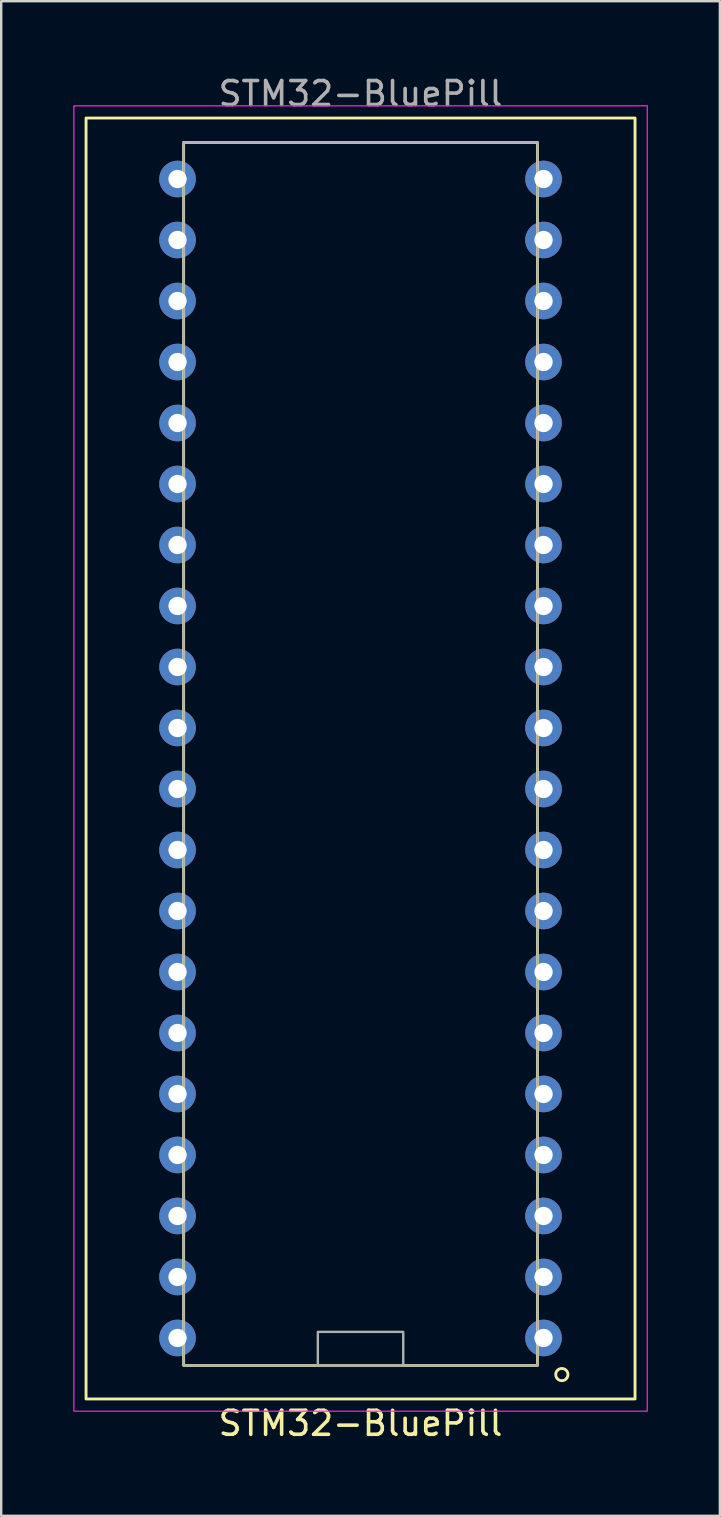
<source format=kicad_pcb>
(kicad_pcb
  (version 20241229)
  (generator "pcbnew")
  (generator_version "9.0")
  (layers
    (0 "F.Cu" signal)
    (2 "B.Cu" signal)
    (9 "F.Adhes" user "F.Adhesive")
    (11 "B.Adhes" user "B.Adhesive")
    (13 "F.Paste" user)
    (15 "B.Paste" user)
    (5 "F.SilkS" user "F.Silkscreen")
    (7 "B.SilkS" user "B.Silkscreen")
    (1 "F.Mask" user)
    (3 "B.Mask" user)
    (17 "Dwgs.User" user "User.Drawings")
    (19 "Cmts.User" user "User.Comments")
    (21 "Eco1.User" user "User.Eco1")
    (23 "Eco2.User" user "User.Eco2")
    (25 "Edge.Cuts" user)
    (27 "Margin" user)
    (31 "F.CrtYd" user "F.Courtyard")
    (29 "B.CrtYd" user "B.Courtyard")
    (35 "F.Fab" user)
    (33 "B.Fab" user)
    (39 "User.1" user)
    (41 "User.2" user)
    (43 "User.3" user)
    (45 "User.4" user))
  (footprint "STM32-BluePill"
    (layer "F.Cu")
    (at 11.963 28.534)
    (property "Reference" "STM32-BluePill" (at 0 27.686 0) (unlocked yes) (layer "F.SilkS") (effects (font (size 1 1) (thickness 0.15))))
    (attr through_hole)
    (fp_rect (start -11.43 -26.67) (end 11.43 26.67) (stroke (width 0.12) (type solid)) (fill no) (layer "F.SilkS"))
    (fp_rect (start -7.366 -25.654) (end 7.366 25.273) (stroke (width 0.12) (type solid)) (fill no) (layer "F.SilkS"))
    (fp_circle (center 8.382 25.654) (end 8.636 25.654) (stroke (width 0.12) (type solid)) (fill no) (layer "F.SilkS"))
    (fp_rect (start -11.938 -27.178) (end 11.938 27.178) (stroke (width 0.05) (type solid)) (fill no) (layer "F.CrtYd"))
    (fp_rect (start -7.366 -25.654) (end 7.366 25.273) (stroke (width 0.1) (type solid)) (fill no) (layer "F.Fab"))
    (fp_rect (start -1.778 25.273) (end 1.778 23.876) (stroke (width 0.1) (type solid)) (fill no) (layer "F.Fab"))
    (fp_text user "${REFERENCE}" (at 0 -27.686 0) (unlocked yes) (layer "F.Fab") (effects (font (size 1 1) (thickness 0.15))))
    (pad "1" thru_hole circle (at 7.62 24.13) (size 1.524 1.524) (drill 0.762) (layers "*.Cu" "*.Mask"))
    (pad "2" thru_hole circle (at 7.62 21.59) (size 1.524 1.524) (drill 0.762) (layers "*.Cu" "*.Mask"))
    (pad "3" thru_hole circle (at 7.62 19.05) (size 1.524 1.524) (drill 0.762) (layers "*.Cu" "*.Mask"))
    (pad "4" thru_hole circle (at 7.62 16.51) (size 1.524 1.524) (drill 0.762) (layers "*.Cu" "*.Mask"))
    (pad "5" thru_hole circle (at 7.62 13.97) (size 1.524 1.524) (drill 0.762) (layers "*.Cu" "*.Mask"))
    (pad "6" thru_hole circle (at 7.62 11.43) (size 1.524 1.524) (drill 0.762) (layers "*.Cu" "*.Mask"))
    (pad "7" thru_hole circle (at 7.62 8.89) (size 1.524 1.524) (drill 0.762) (layers "*.Cu" "*.Mask"))
    (pad "8" thru_hole circle (at 7.62 6.35) (size 1.524 1.524) (drill 0.762) (layers "*.Cu" "*.Mask"))
    (pad "9" thru_hole circle (at 7.62 3.81) (size 1.524 1.524) (drill 0.762) (layers "*.Cu" "*.Mask"))
    (pad "10" thru_hole circle (at 7.62 1.27) (size 1.524 1.524) (drill 0.762) (layers "*.Cu" "*.Mask"))
    (pad "11" thru_hole circle (at 7.62 -1.27) (size 1.524 1.524) (drill 0.762) (layers "*.Cu" "*.Mask"))
    (pad "12" thru_hole circle (at 7.62 -3.81) (size 1.524 1.524) (drill 0.762) (layers "*.Cu" "*.Mask"))
    (pad "13" thru_hole circle (at 7.62 -6.35) (size 1.524 1.524) (drill 0.762) (layers "*.Cu" "*.Mask"))
    (pad "14" thru_hole circle (at 7.62 -8.89) (size 1.524 1.524) (drill 0.762) (layers "*.Cu" "*.Mask"))
    (pad "15" thru_hole circle (at 7.62 -11.43) (size 1.524 1.524) (drill 0.762) (layers "*.Cu" "*.Mask"))
    (pad "16" thru_hole circle (at 7.62 -13.97) (size 1.524 1.524) (drill 0.762) (layers "*.Cu" "*.Mask"))
    (pad "17" thru_hole circle (at 7.62 -16.51) (size 1.524 1.524) (drill 0.762) (layers "*.Cu" "*.Mask"))
    (pad "18" thru_hole circle (at 7.62 -19.05) (size 1.524 1.524) (drill 0.762) (layers "*.Cu" "*.Mask"))
    (pad "19" thru_hole circle (at 7.62 -21.59) (size 1.524 1.524) (drill 0.762) (layers "*.Cu" "*.Mask"))
    (pad "20" thru_hole circle (at 7.62 -24.13) (size 1.524 1.524) (drill 0.762) (layers "*.Cu" "*.Mask"))
    (pad "21" thru_hole circle (at -7.62 -24.13) (size 1.524 1.524) (drill 0.762) (layers "*.Cu" "*.Mask"))
    (pad "22" thru_hole circle (at -7.62 -21.59) (size 1.524 1.524) (drill 0.762) (layers "*.Cu" "*.Mask"))
    (pad "23" thru_hole circle (at -7.62 -19.05) (size 1.524 1.524) (drill 0.762) (layers "*.Cu" "*.Mask"))
    (pad "24" thru_hole circle (at -7.62 -16.51) (size 1.524 1.524) (drill 0.762) (layers "*.Cu" "*.Mask"))
    (pad "25" thru_hole circle (at -7.62 -13.97) (size 1.524 1.524) (drill 0.762) (layers "*.Cu" "*.Mask"))
    (pad "26" thru_hole circle (at -7.62 -11.43) (size 1.524 1.524) (drill 0.762) (layers "*.Cu" "*.Mask"))
    (pad "27" thru_hole circle (at -7.62 -8.89) (size 1.524 1.524) (drill 0.762) (layers "*.Cu" "*.Mask"))
    (pad "28" thru_hole circle (at -7.62 -6.35) (size 1.524 1.524) (drill 0.762) (layers "*.Cu" "*.Mask"))
    (pad "29" thru_hole circle (at -7.62 -3.81) (size 1.524 1.524) (drill 0.762) (layers "*.Cu" "*.Mask"))
    (pad "30" thru_hole circle (at -7.62 -1.27) (size 1.524 1.524) (drill 0.762) (layers "*.Cu" "*.Mask"))
    (pad "31" thru_hole circle (at -7.62 1.27) (size 1.524 1.524) (drill 0.762) (layers "*.Cu" "*.Mask"))
    (pad "32" thru_hole circle (at -7.62 3.81) (size 1.524 1.524) (drill 0.762) (layers "*.Cu" "*.Mask"))
    (pad "33" thru_hole circle (at -7.62 6.35) (size 1.524 1.524) (drill 0.762) (layers "*.Cu" "*.Mask"))
    (pad "34" thru_hole circle (at -7.62 8.89) (size 1.524 1.524) (drill 0.762) (layers "*.Cu" "*.Mask"))
    (pad "35" thru_hole circle (at -7.62 11.43) (size 1.524 1.524) (drill 0.762) (layers "*.Cu" "*.Mask"))
    (pad "36" thru_hole circle (at -7.62 13.97) (size 1.524 1.524) (drill 0.762) (layers "*.Cu" "*.Mask"))
    (pad "37" thru_hole circle (at -7.62 16.51) (size 1.524 1.524) (drill 0.762) (layers "*.Cu" "*.Mask"))
    (pad "38" thru_hole circle (at -7.62 19.05) (size 1.524 1.524) (drill 0.762) (layers "*.Cu" "*.Mask"))
    (pad "39" thru_hole circle (at -7.62 21.59) (size 1.524 1.524) (drill 0.762) (layers "*.Cu" "*.Mask"))
    (pad "40" thru_hole circle (at -7.62 24.13) (size 1.524 1.524) (drill 0.762) (layers "*.Cu" "*.Mask")))
  (gr_rect
    (start -3 -3)
    (end 26.926 60.069)
    (stroke (width 0.1) (type default))
    (fill no)
    (layer "Edge.Cuts")))
</source>
